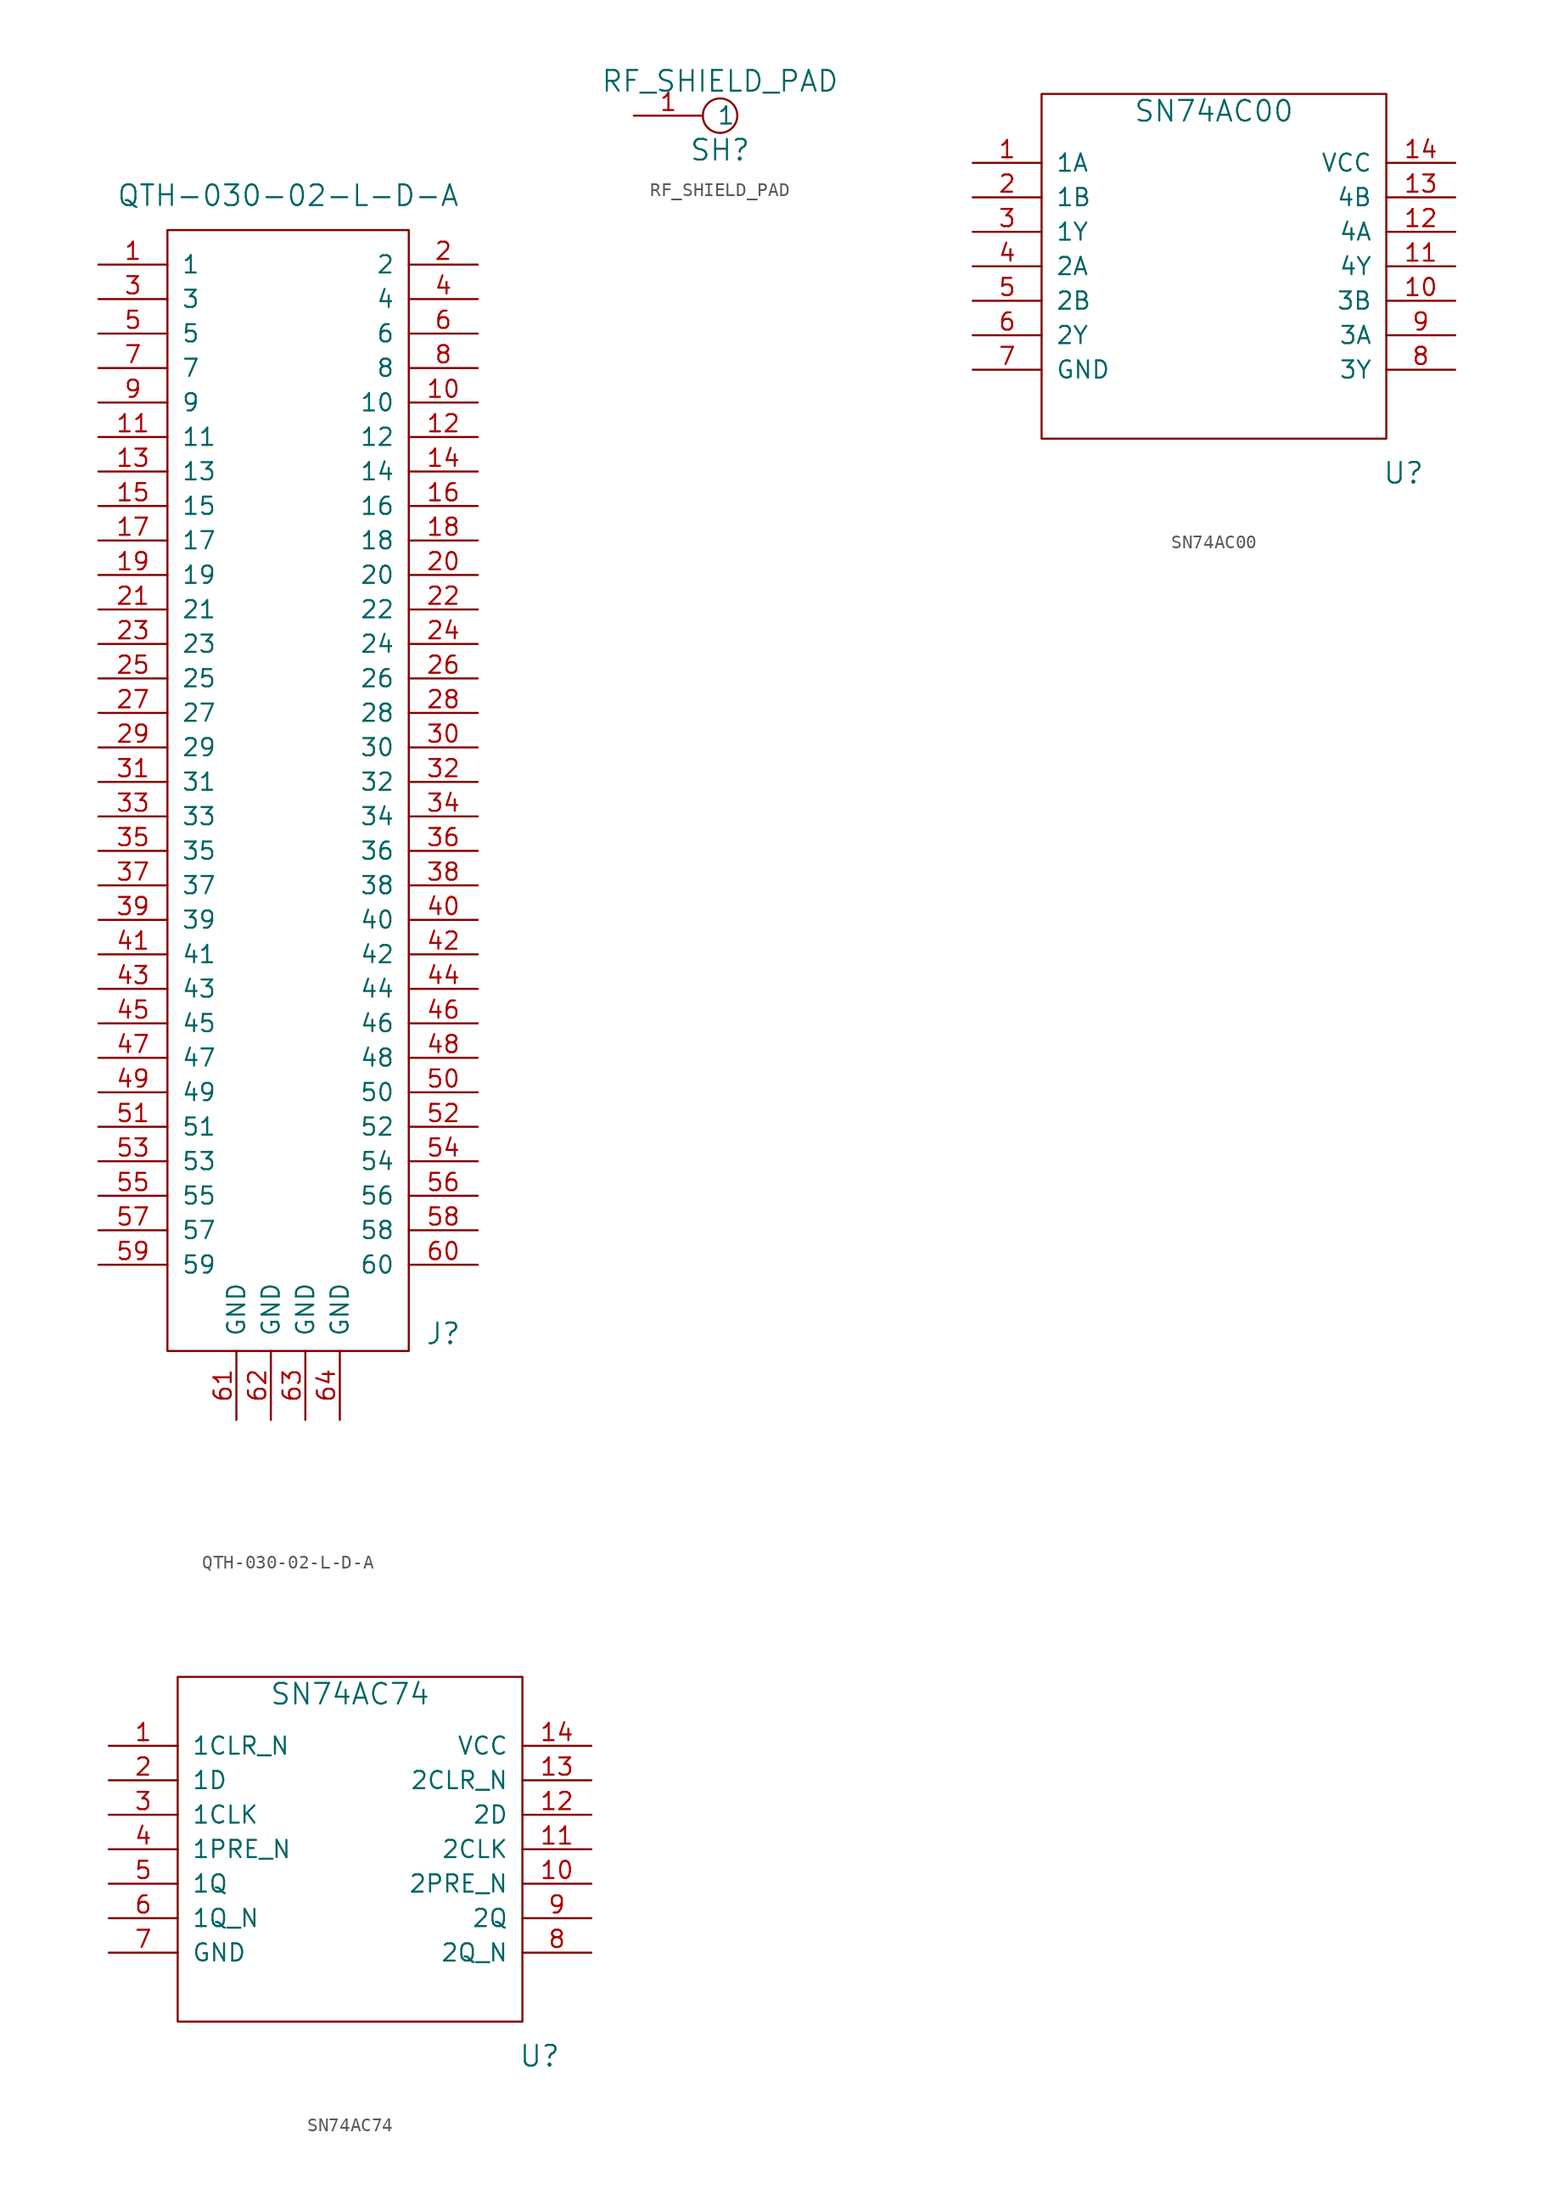
<source format=kicad_sym>
(kicad_symbol_lib
  (version 20220914)
  (generator kicad_symbol_editor)
  (symbol "QTH-030-02-L-D-A"
    (pin_names
      (offset 1.016))
    (property "Reference" "J"
      (at 11.43 -41.91 0)
      (effects (font (size 1.524 1.524))))
    (property "Value" "QTH-030-02-L-D-A"
      (at 0 41.91 0)
      (effects (font (size 1.524 1.524))))
    (symbol "QTH-030-02-L-D-A_0_1"
      (rectangle (start -8.89 39.37) (end 8.89 -43.18) (stroke (width 0) (type solid)) (fill (type none))))
    (symbol "QTH-030-02-L-D-A_1_1"
      (pin passive line (at -13.97 36.83 0) (length 5.08) (name "1" (effects (font (size 1.27 1.27)))) (number "1" (effects (font (size 1.27 1.27)))))
      (pin passive line (at 13.97 26.67 180) (length 5.08) (name "10" (effects (font (size 1.27 1.27)))) (number "10" (effects (font (size 1.27 1.27)))))
      (pin passive line (at -13.97 24.13 0) (length 5.08) (name "11" (effects (font (size 1.27 1.27)))) (number "11" (effects (font (size 1.27 1.27)))))
      (pin passive line (at 13.97 24.13 180) (length 5.08) (name "12" (effects (font (size 1.27 1.27)))) (number "12" (effects (font (size 1.27 1.27)))))
      (pin passive line (at -13.97 21.59 0) (length 5.08) (name "13" (effects (font (size 1.27 1.27)))) (number "13" (effects (font (size 1.27 1.27)))))
      (pin passive line (at 13.97 21.59 180) (length 5.08) (name "14" (effects (font (size 1.27 1.27)))) (number "14" (effects (font (size 1.27 1.27)))))
      (pin passive line (at -13.97 19.05 0) (length 5.08) (name "15" (effects (font (size 1.27 1.27)))) (number "15" (effects (font (size 1.27 1.27)))))
      (pin passive line (at 13.97 19.05 180) (length 5.08) (name "16" (effects (font (size 1.27 1.27)))) (number "16" (effects (font (size 1.27 1.27)))))
      (pin passive line (at -13.97 16.51 0) (length 5.08) (name "17" (effects (font (size 1.27 1.27)))) (number "17" (effects (font (size 1.27 1.27)))))
      (pin passive line (at 13.97 16.51 180) (length 5.08) (name "18" (effects (font (size 1.27 1.27)))) (number "18" (effects (font (size 1.27 1.27)))))
      (pin passive line (at -13.97 13.97 0) (length 5.08) (name "19" (effects (font (size 1.27 1.27)))) (number "19" (effects (font (size 1.27 1.27)))))
      (pin passive line (at 13.97 36.83 180) (length 5.08) (name "2" (effects (font (size 1.27 1.27)))) (number "2" (effects (font (size 1.27 1.27)))))
      (pin passive line (at 13.97 13.97 180) (length 5.08) (name "20" (effects (font (size 1.27 1.27)))) (number "20" (effects (font (size 1.27 1.27)))))
      (pin passive line (at -13.97 11.43 0) (length 5.08) (name "21" (effects (font (size 1.27 1.27)))) (number "21" (effects (font (size 1.27 1.27)))))
      (pin passive line (at 13.97 11.43 180) (length 5.08) (name "22" (effects (font (size 1.27 1.27)))) (number "22" (effects (font (size 1.27 1.27)))))
      (pin passive line (at -13.97 8.89 0) (length 5.08) (name "23" (effects (font (size 1.27 1.27)))) (number "23" (effects (font (size 1.27 1.27)))))
      (pin passive line (at 13.97 8.89 180) (length 5.08) (name "24" (effects (font (size 1.27 1.27)))) (number "24" (effects (font (size 1.27 1.27)))))
      (pin passive line (at -13.97 6.35 0) (length 5.08) (name "25" (effects (font (size 1.27 1.27)))) (number "25" (effects (font (size 1.27 1.27)))))
      (pin passive line (at 13.97 6.35 180) (length 5.08) (name "26" (effects (font (size 1.27 1.27)))) (number "26" (effects (font (size 1.27 1.27)))))
      (pin passive line (at -13.97 3.81 0) (length 5.08) (name "27" (effects (font (size 1.27 1.27)))) (number "27" (effects (font (size 1.27 1.27)))))
      (pin passive line (at 13.97 3.81 180) (length 5.08) (name "28" (effects (font (size 1.27 1.27)))) (number "28" (effects (font (size 1.27 1.27)))))
      (pin passive line (at -13.97 1.27 0) (length 5.08) (name "29" (effects (font (size 1.27 1.27)))) (number "29" (effects (font (size 1.27 1.27)))))
      (pin passive line (at -13.97 34.29 0) (length 5.08) (name "3" (effects (font (size 1.27 1.27)))) (number "3" (effects (font (size 1.27 1.27)))))
      (pin passive line (at 13.97 1.27 180) (length 5.08) (name "30" (effects (font (size 1.27 1.27)))) (number "30" (effects (font (size 1.27 1.27)))))
      (pin passive line (at -13.97 -1.27 0) (length 5.08) (name "31" (effects (font (size 1.27 1.27)))) (number "31" (effects (font (size 1.27 1.27)))))
      (pin passive line (at 13.97 -1.27 180) (length 5.08) (name "32" (effects (font (size 1.27 1.27)))) (number "32" (effects (font (size 1.27 1.27)))))
      (pin passive line (at -13.97 -3.81 0) (length 5.08) (name "33" (effects (font (size 1.27 1.27)))) (number "33" (effects (font (size 1.27 1.27)))))
      (pin passive line (at 13.97 -3.81 180) (length 5.08) (name "34" (effects (font (size 1.27 1.27)))) (number "34" (effects (font (size 1.27 1.27)))))
      (pin passive line (at -13.97 -6.35 0) (length 5.08) (name "35" (effects (font (size 1.27 1.27)))) (number "35" (effects (font (size 1.27 1.27)))))
      (pin passive line (at 13.97 -6.35 180) (length 5.08) (name "36" (effects (font (size 1.27 1.27)))) (number "36" (effects (font (size 1.27 1.27)))))
      (pin passive line (at -13.97 -8.89 0) (length 5.08) (name "37" (effects (font (size 1.27 1.27)))) (number "37" (effects (font (size 1.27 1.27)))))
      (pin passive line (at 13.97 -8.89 180) (length 5.08) (name "38" (effects (font (size 1.27 1.27)))) (number "38" (effects (font (size 1.27 1.27)))))
      (pin passive line (at -13.97 -11.43 0) (length 5.08) (name "39" (effects (font (size 1.27 1.27)))) (number "39" (effects (font (size 1.27 1.27)))))
      (pin passive line (at 13.97 34.29 180) (length 5.08) (name "4" (effects (font (size 1.27 1.27)))) (number "4" (effects (font (size 1.27 1.27)))))
      (pin passive line (at 13.97 -11.43 180) (length 5.08) (name "40" (effects (font (size 1.27 1.27)))) (number "40" (effects (font (size 1.27 1.27)))))
      (pin passive line (at -13.97 -13.97 0) (length 5.08) (name "41" (effects (font (size 1.27 1.27)))) (number "41" (effects (font (size 1.27 1.27)))))
      (pin passive line (at 13.97 -13.97 180) (length 5.08) (name "42" (effects (font (size 1.27 1.27)))) (number "42" (effects (font (size 1.27 1.27)))))
      (pin passive line (at -13.97 -16.51 0) (length 5.08) (name "43" (effects (font (size 1.27 1.27)))) (number "43" (effects (font (size 1.27 1.27)))))
      (pin passive line (at 13.97 -16.51 180) (length 5.08) (name "44" (effects (font (size 1.27 1.27)))) (number "44" (effects (font (size 1.27 1.27)))))
      (pin passive line (at -13.97 -19.05 0) (length 5.08) (name "45" (effects (font (size 1.27 1.27)))) (number "45" (effects (font (size 1.27 1.27)))))
      (pin passive line (at 13.97 -19.05 180) (length 5.08) (name "46" (effects (font (size 1.27 1.27)))) (number "46" (effects (font (size 1.27 1.27)))))
      (pin passive line (at -13.97 -21.59 0) (length 5.08) (name "47" (effects (font (size 1.27 1.27)))) (number "47" (effects (font (size 1.27 1.27)))))
      (pin passive line (at 13.97 -21.59 180) (length 5.08) (name "48" (effects (font (size 1.27 1.27)))) (number "48" (effects (font (size 1.27 1.27)))))
      (pin passive line (at -13.97 -24.13 0) (length 5.08) (name "49" (effects (font (size 1.27 1.27)))) (number "49" (effects (font (size 1.27 1.27)))))
      (pin passive line (at -13.97 31.75 0) (length 5.08) (name "5" (effects (font (size 1.27 1.27)))) (number "5" (effects (font (size 1.27 1.27)))))
      (pin passive line (at 13.97 -24.13 180) (length 5.08) (name "50" (effects (font (size 1.27 1.27)))) (number "50" (effects (font (size 1.27 1.27)))))
      (pin passive line (at -13.97 -26.67 0) (length 5.08) (name "51" (effects (font (size 1.27 1.27)))) (number "51" (effects (font (size 1.27 1.27)))))
      (pin passive line (at 13.97 -26.67 180) (length 5.08) (name "52" (effects (font (size 1.27 1.27)))) (number "52" (effects (font (size 1.27 1.27)))))
      (pin passive line (at -13.97 -29.21 0) (length 5.08) (name "53" (effects (font (size 1.27 1.27)))) (number "53" (effects (font (size 1.27 1.27)))))
      (pin passive line (at 13.97 -29.21 180) (length 5.08) (name "54" (effects (font (size 1.27 1.27)))) (number "54" (effects (font (size 1.27 1.27)))))
      (pin passive line (at -13.97 -31.75 0) (length 5.08) (name "55" (effects (font (size 1.27 1.27)))) (number "55" (effects (font (size 1.27 1.27)))))
      (pin passive line (at 13.97 -31.75 180) (length 5.08) (name "56" (effects (font (size 1.27 1.27)))) (number "56" (effects (font (size 1.27 1.27)))))
      (pin passive line (at -13.97 -34.29 0) (length 5.08) (name "57" (effects (font (size 1.27 1.27)))) (number "57" (effects (font (size 1.27 1.27)))))
      (pin passive line (at 13.97 -34.29 180) (length 5.08) (name "58" (effects (font (size 1.27 1.27)))) (number "58" (effects (font (size 1.27 1.27)))))
      (pin passive line (at -13.97 -36.83 0) (length 5.08) (name "59" (effects (font (size 1.27 1.27)))) (number "59" (effects (font (size 1.27 1.27)))))
      (pin passive line (at 13.97 31.75 180) (length 5.08) (name "6" (effects (font (size 1.27 1.27)))) (number "6" (effects (font (size 1.27 1.27)))))
      (pin passive line (at 13.97 -36.83 180) (length 5.08) (name "60" (effects (font (size 1.27 1.27)))) (number "60" (effects (font (size 1.27 1.27)))))
      (pin power_in line (at -3.81 -48.26 90) (length 5.08) (name "GND" (effects (font (size 1.27 1.27)))) (number "61" (effects (font (size 1.27 1.27)))))
      (pin power_in line (at -1.27 -48.26 90) (length 5.08) (name "GND" (effects (font (size 1.27 1.27)))) (number "62" (effects (font (size 1.27 1.27)))))
      (pin power_in line (at 1.27 -48.26 90) (length 5.08) (name "GND" (effects (font (size 1.27 1.27)))) (number "63" (effects (font (size 1.27 1.27)))))
      (pin power_in line (at 3.81 -48.26 90) (length 5.08) (name "GND" (effects (font (size 1.27 1.27)))) (number "64" (effects (font (size 1.27 1.27)))))
      (pin passive line (at -13.97 29.21 0) (length 5.08) (name "7" (effects (font (size 1.27 1.27)))) (number "7" (effects (font (size 1.27 1.27)))))
      (pin passive line (at 13.97 29.21 180) (length 5.08) (name "8" (effects (font (size 1.27 1.27)))) (number "8" (effects (font (size 1.27 1.27)))))
      (pin passive line (at -13.97 26.67 0) (length 5.08) (name "9" (effects (font (size 1.27 1.27)))) (number "9" (effects (font (size 1.27 1.27)))))))
  (symbol "RF_SHIELD_PAD"
    (pin_names
      (offset 1.016))
    (property "Reference" "SH"
      (at 0 -2.54 0)
      (effects (font (size 1.524 1.524))))
    (property "Value" "RF_SHIELD_PAD"
      (at 0 2.54 0)
      (effects (font (size 1.524 1.524))))
    (symbol "RF_SHIELD_PAD_0_1"
      (circle (center 0 0) (radius 1.27) (stroke (width 0) (type solid)) (fill (type none))))
    (symbol "RF_SHIELD_PAD_1_1"
      (pin input line (at -6.35 0 0) (length 5.08) (name "1" (effects (font (size 1.27 1.27)))) (number "1" (effects (font (size 1.27 1.27)))))))
  (symbol "SN74AC00"
    (pin_names
      (offset 1.016))
    (property "Reference" "U"
      (at 13.97 -15.24 0)
      (effects (font (size 1.524 1.524))))
    (property "Value" "SN74AC00"
      (at 0 11.43 0)
      (effects (font (size 1.524 1.524))))
    (symbol "SN74AC00_0_1"
      (rectangle (start -12.7 12.7) (end 12.7 -12.7) (stroke (width 0) (type solid)) (fill (type none))))
    (symbol "SN74AC00_1_1"
      (pin input line (at -17.78 7.62 0) (length 5.08) (name "1A" (effects (font (size 1.27 1.27)))) (number "1" (effects (font (size 1.27 1.27)))))
      (pin input line (at 17.78 -2.54 180) (length 5.08) (name "3B" (effects (font (size 1.27 1.27)))) (number "10" (effects (font (size 1.27 1.27)))))
      (pin output line (at 17.78 0 180) (length 5.08) (name "4Y" (effects (font (size 1.27 1.27)))) (number "11" (effects (font (size 1.27 1.27)))))
      (pin input line (at 17.78 2.54 180) (length 5.08) (name "4A" (effects (font (size 1.27 1.27)))) (number "12" (effects (font (size 1.27 1.27)))))
      (pin input line (at 17.78 5.08 180) (length 5.08) (name "4B" (effects (font (size 1.27 1.27)))) (number "13" (effects (font (size 1.27 1.27)))))
      (pin power_in line (at 17.78 7.62 180) (length 5.08) (name "VCC" (effects (font (size 1.27 1.27)))) (number "14" (effects (font (size 1.27 1.27)))))
      (pin input line (at -17.78 5.08 0) (length 5.08) (name "1B" (effects (font (size 1.27 1.27)))) (number "2" (effects (font (size 1.27 1.27)))))
      (pin output line (at -17.78 2.54 0) (length 5.08) (name "1Y" (effects (font (size 1.27 1.27)))) (number "3" (effects (font (size 1.27 1.27)))))
      (pin input line (at -17.78 0 0) (length 5.08) (name "2A" (effects (font (size 1.27 1.27)))) (number "4" (effects (font (size 1.27 1.27)))))
      (pin input line (at -17.78 -2.54 0) (length 5.08) (name "2B" (effects (font (size 1.27 1.27)))) (number "5" (effects (font (size 1.27 1.27)))))
      (pin output line (at -17.78 -5.08 0) (length 5.08) (name "2Y" (effects (font (size 1.27 1.27)))) (number "6" (effects (font (size 1.27 1.27)))))
      (pin power_in line (at -17.78 -7.62 0) (length 5.08) (name "GND" (effects (font (size 1.27 1.27)))) (number "7" (effects (font (size 1.27 1.27)))))
      (pin output line (at 17.78 -7.62 180) (length 5.08) (name "3Y" (effects (font (size 1.27 1.27)))) (number "8" (effects (font (size 1.27 1.27)))))
      (pin input line (at 17.78 -5.08 180) (length 5.08) (name "3A" (effects (font (size 1.27 1.27)))) (number "9" (effects (font (size 1.27 1.27)))))))
  (symbol "SN74AC74"
    (pin_names
      (offset 1.016))
    (property "Reference" "U"
      (at 13.97 -15.24 0)
      (effects (font (size 1.524 1.524))))
    (property "Value" "SN74AC74"
      (at 0 11.43 0)
      (effects (font (size 1.524 1.524))))
    (symbol "SN74AC74_0_1"
      (rectangle (start -12.7 12.7) (end 12.7 -12.7) (stroke (width 0) (type solid)) (fill (type none))))
    (symbol "SN74AC74_1_1"
      (pin input line (at -17.78 7.62 0) (length 5.08) (name "1CLR_N" (effects (font (size 1.27 1.27)))) (number "1" (effects (font (size 1.27 1.27)))))
      (pin input line (at 17.78 -2.54 180) (length 5.08) (name "2PRE_N" (effects (font (size 1.27 1.27)))) (number "10" (effects (font (size 1.27 1.27)))))
      (pin input line (at 17.78 0 180) (length 5.08) (name "2CLK" (effects (font (size 1.27 1.27)))) (number "11" (effects (font (size 1.27 1.27)))))
      (pin input line (at 17.78 2.54 180) (length 5.08) (name "2D" (effects (font (size 1.27 1.27)))) (number "12" (effects (font (size 1.27 1.27)))))
      (pin input line (at 17.78 5.08 180) (length 5.08) (name "2CLR_N" (effects (font (size 1.27 1.27)))) (number "13" (effects (font (size 1.27 1.27)))))
      (pin power_in line (at 17.78 7.62 180) (length 5.08) (name "VCC" (effects (font (size 1.27 1.27)))) (number "14" (effects (font (size 1.27 1.27)))))
      (pin input line (at -17.78 5.08 0) (length 5.08) (name "1D" (effects (font (size 1.27 1.27)))) (number "2" (effects (font (size 1.27 1.27)))))
      (pin input line (at -17.78 2.54 0) (length 5.08) (name "1CLK" (effects (font (size 1.27 1.27)))) (number "3" (effects (font (size 1.27 1.27)))))
      (pin input line (at -17.78 0 0) (length 5.08) (name "1PRE_N" (effects (font (size 1.27 1.27)))) (number "4" (effects (font (size 1.27 1.27)))))
      (pin output line (at -17.78 -2.54 0) (length 5.08) (name "1Q" (effects (font (size 1.27 1.27)))) (number "5" (effects (font (size 1.27 1.27)))))
      (pin output line (at -17.78 -5.08 0) (length 5.08) (name "1Q_N" (effects (font (size 1.27 1.27)))) (number "6" (effects (font (size 1.27 1.27)))))
      (pin power_in line (at -17.78 -7.62 0) (length 5.08) (name "GND" (effects (font (size 1.27 1.27)))) (number "7" (effects (font (size 1.27 1.27)))))
      (pin output line (at 17.78 -7.62 180) (length 5.08) (name "2Q_N" (effects (font (size 1.27 1.27)))) (number "8" (effects (font (size 1.27 1.27)))))
      (pin output line (at 17.78 -5.08 180) (length 5.08) (name "2Q" (effects (font (size 1.27 1.27)))) (number "9" (effects (font (size 1.27 1.27))))))))
</source>
